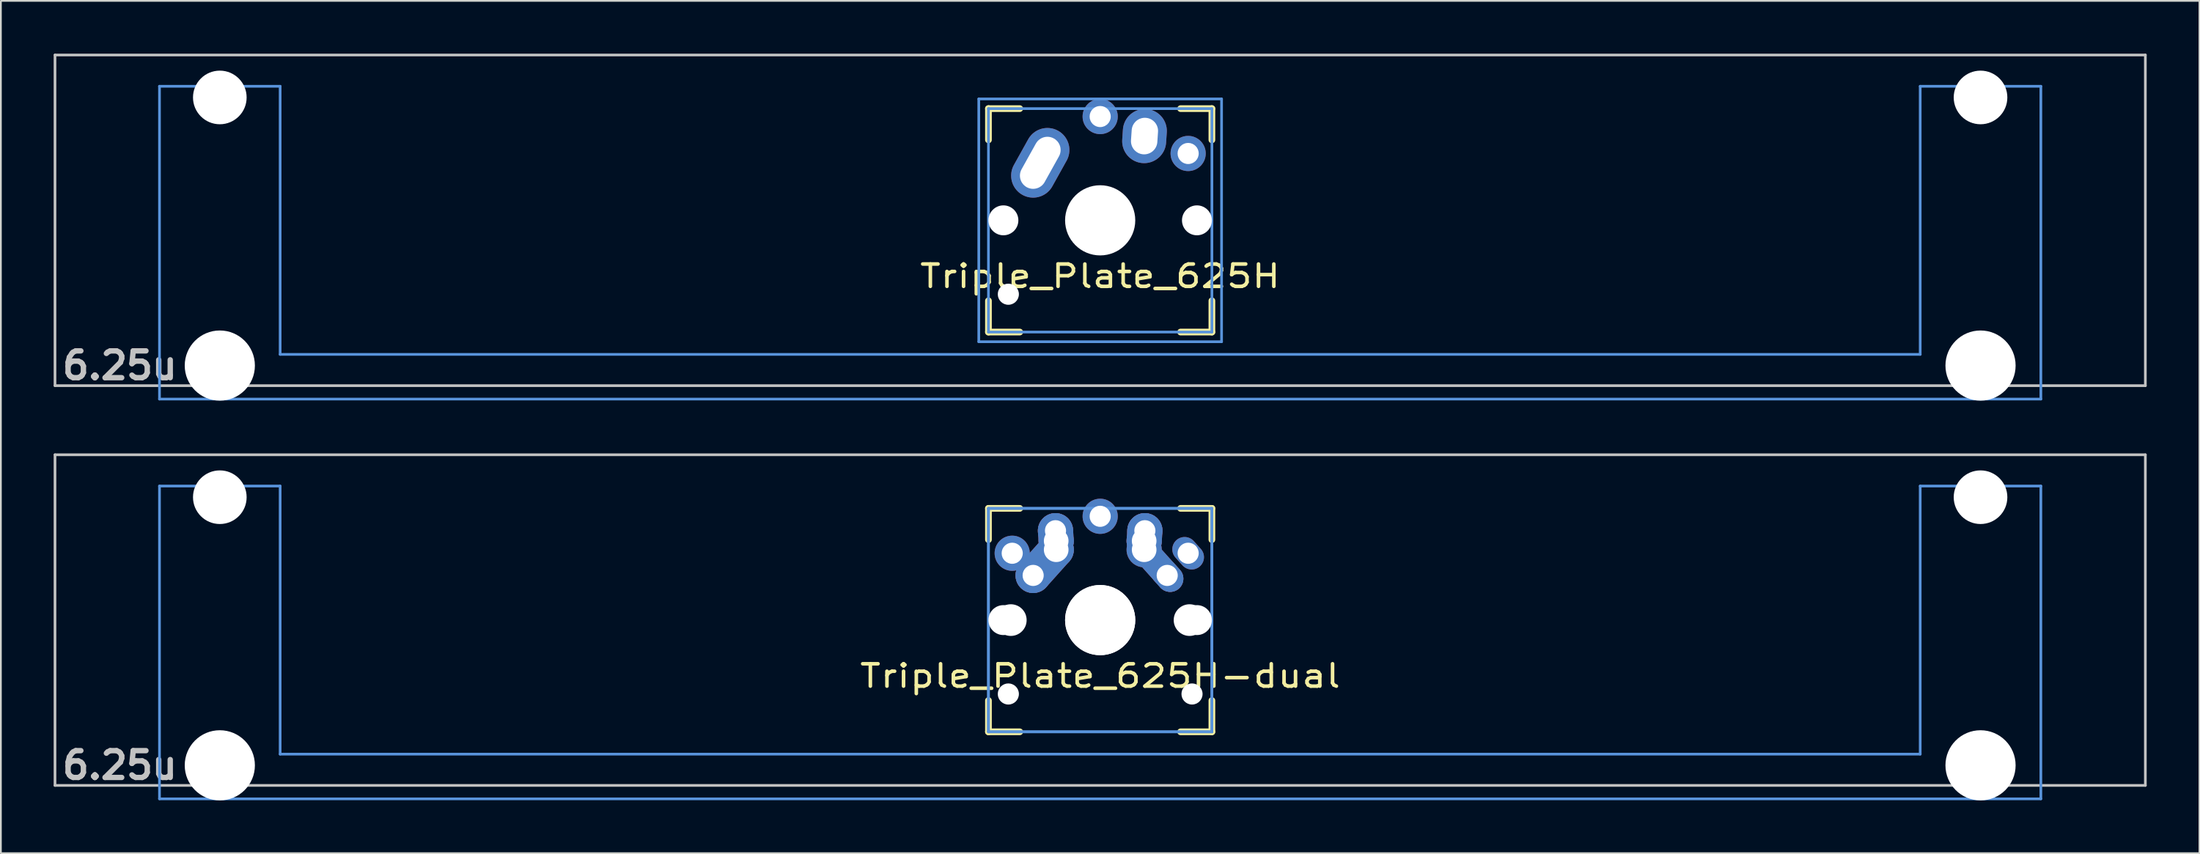
<source format=kicad_pcb>
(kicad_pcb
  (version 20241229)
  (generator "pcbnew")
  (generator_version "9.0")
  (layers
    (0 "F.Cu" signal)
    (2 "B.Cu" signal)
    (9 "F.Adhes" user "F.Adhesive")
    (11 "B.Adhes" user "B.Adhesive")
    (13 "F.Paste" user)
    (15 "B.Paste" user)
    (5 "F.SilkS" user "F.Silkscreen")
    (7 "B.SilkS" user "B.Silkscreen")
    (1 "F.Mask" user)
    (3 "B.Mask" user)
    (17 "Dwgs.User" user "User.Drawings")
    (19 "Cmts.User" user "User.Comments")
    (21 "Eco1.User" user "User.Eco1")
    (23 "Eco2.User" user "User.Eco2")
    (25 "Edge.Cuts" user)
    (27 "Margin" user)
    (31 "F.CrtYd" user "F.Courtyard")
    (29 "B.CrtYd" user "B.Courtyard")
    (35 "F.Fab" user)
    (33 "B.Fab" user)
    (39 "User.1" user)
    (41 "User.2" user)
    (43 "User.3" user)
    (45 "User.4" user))
  (footprint "Triple_Plate_625H"
    (layer "F.Cu")
    (at 59.482 9.474)
    (property "Reference" "Triple_Plate_625H" (at 0 3.175 0) (layer "F.SilkS") (effects (font (size 1.27 1.524) (thickness 0.203))))
    (attr through_hole)
    (fp_line (start -6.35 -6.35) (end -4.572 -6.35) (stroke (width 0.381) (type solid)) (layer "F.SilkS"))
    (fp_line (start -6.35 -4.572) (end -6.35 -6.35) (stroke (width 0.381) (type solid)) (layer "F.SilkS"))
    (fp_line (start -6.35 6.35) (end -6.35 4.572) (stroke (width 0.381) (type solid)) (layer "F.SilkS"))
    (fp_line (start -4.572 6.35) (end -6.35 6.35) (stroke (width 0.381) (type solid)) (layer "F.SilkS"))
    (fp_line (start 4.572 -6.35) (end 6.35 -6.35) (stroke (width 0.381) (type solid)) (layer "F.SilkS"))
    (fp_line (start 6.35 -6.35) (end 6.35 -4.572) (stroke (width 0.381) (type solid)) (layer "F.SilkS"))
    (fp_line (start 6.35 4.572) (end 6.35 6.35) (stroke (width 0.381) (type solid)) (layer "F.SilkS"))
    (fp_line (start 6.35 6.35) (end 4.572 6.35) (stroke (width 0.381) (type solid)) (layer "F.SilkS"))
    (fp_line (start -59.406 -9.398) (end 59.406 -9.398) (stroke (width 0.152) (type solid)) (layer "Dwgs.User"))
    (fp_line (start -59.406 9.398) (end -59.406 -9.398) (stroke (width 0.152) (type solid)) (layer "Dwgs.User"))
    (fp_line (start 59.406 -9.398) (end 59.406 9.398) (stroke (width 0.152) (type solid)) (layer "Dwgs.User"))
    (fp_line (start 59.406 9.398) (end -59.406 9.398) (stroke (width 0.152) (type solid)) (layer "Dwgs.User"))
    (fp_line (start -53.467 -7.62) (end -53.467 10.16) (stroke (width 0.152) (type solid)) (layer "Cmts.User"))
    (fp_line (start -53.467 10.16) (end 53.467 10.16) (stroke (width 0.152) (type solid)) (layer "Cmts.User"))
    (fp_line (start -46.609 -7.62) (end -53.467 -7.62) (stroke (width 0.152) (type solid)) (layer "Cmts.User"))
    (fp_line (start -46.609 7.62) (end -46.609 -7.62) (stroke (width 0.152) (type solid)) (layer "Cmts.User"))
    (fp_line (start -6.9 -6.9) (end 6.9 -6.9) (stroke (width 0.152) (type solid)) (layer "Cmts.User"))
    (fp_line (start -6.9 6.9) (end -6.9 -6.9) (stroke (width 0.152) (type solid)) (layer "Cmts.User"))
    (fp_line (start -6.35 -6.35) (end 6.35 -6.35) (stroke (width 0.152) (type solid)) (layer "Cmts.User"))
    (fp_line (start -6.35 6.35) (end -6.35 -6.35) (stroke (width 0.152) (type solid)) (layer "Cmts.User"))
    (fp_line (start 6.35 -6.35) (end 6.35 6.35) (stroke (width 0.152) (type solid)) (layer "Cmts.User"))
    (fp_line (start 6.35 6.35) (end -6.35 6.35) (stroke (width 0.152) (type solid)) (layer "Cmts.User"))
    (fp_line (start 6.9 -6.9) (end 6.9 6.9) (stroke (width 0.152) (type solid)) (layer "Cmts.User"))
    (fp_line (start 6.9 6.9) (end -6.9 6.9) (stroke (width 0.152) (type solid)) (layer "Cmts.User"))
    (fp_line (start 46.609 -7.62) (end 46.609 7.62) (stroke (width 0.152) (type solid)) (layer "Cmts.User"))
    (fp_line (start 46.609 7.62) (end -46.609 7.62) (stroke (width 0.152) (type solid)) (layer "Cmts.User"))
    (fp_line (start 53.467 -7.62) (end 46.609 -7.62) (stroke (width 0.152) (type solid)) (layer "Cmts.User"))
    (fp_line (start 53.467 10.16) (end 53.467 -7.62) (stroke (width 0.152) (type solid)) (layer "Cmts.User"))
    (fp_line (start -54.229 -2.286) (end -53.365 -2.286) (stroke (width 0.152) (type solid)) (layer "Eco2.User"))
    (fp_line (start -54.229 0.508) (end -54.229 -2.286) (stroke (width 0.152) (type solid)) (layer "Eco2.User"))
    (fp_line (start -53.365 -5.69) (end -46.711 -5.69) (stroke (width 0.152) (type solid)) (layer "Eco2.User"))
    (fp_line (start -53.365 -2.286) (end -53.365 -5.69) (stroke (width 0.152) (type solid)) (layer "Eco2.User"))
    (fp_line (start -53.365 0.508) (end -54.229 0.508) (stroke (width 0.152) (type solid)) (layer "Eco2.User"))
    (fp_line (start -53.365 6.604) (end -53.365 0.508) (stroke (width 0.152) (type solid)) (layer "Eco2.User"))
    (fp_line (start -52.324 6.604) (end -53.365 6.604) (stroke (width 0.152) (type solid)) (layer "Eco2.User"))
    (fp_line (start -52.324 7.772) (end -52.324 6.604) (stroke (width 0.152) (type solid)) (layer "Eco2.User"))
    (fp_line (start -47.752 6.604) (end -47.752 7.772) (stroke (width 0.152) (type solid)) (layer "Eco2.User"))
    (fp_line (start -47.752 7.772) (end -52.324 7.772) (stroke (width 0.152) (type solid)) (layer "Eco2.User"))
    (fp_line (start -46.711 -5.69) (end -46.711 -2.286) (stroke (width 0.152) (type solid)) (layer "Eco2.User"))
    (fp_line (start -46.711 -2.286) (end -6.985 -2.286) (stroke (width 0.152) (type solid)) (layer "Eco2.User"))
    (fp_line (start -46.711 2.286) (end -46.711 6.604) (stroke (width 0.152) (type solid)) (layer "Eco2.User"))
    (fp_line (start -46.711 6.604) (end -47.752 6.604) (stroke (width 0.152) (type solid)) (layer "Eco2.User"))
    (fp_line (start -7.5 -7.5) (end 7.5 -7.5) (stroke (width 0.152) (type solid)) (layer "Eco2.User"))
    (fp_line (start -7.5 7.5) (end -7.5 -7.5) (stroke (width 0.152) (type solid)) (layer "Eco2.User"))
    (fp_line (start -6.985 -6.985) (end 6.985 -6.985) (stroke (width 0.152) (type solid)) (layer "Eco2.User"))
    (fp_line (start -6.985 -2.286) (end -6.985 -6.985) (stroke (width 0.152) (type solid)) (layer "Eco2.User"))
    (fp_line (start -6.985 2.286) (end -46.711 2.286) (stroke (width 0.152) (type solid)) (layer "Eco2.User"))
    (fp_line (start -6.985 6.985) (end -6.985 2.286) (stroke (width 0.152) (type solid)) (layer "Eco2.User"))
    (fp_line (start 6.985 -6.985) (end 6.985 -2.286) (stroke (width 0.152) (type solid)) (layer "Eco2.User"))
    (fp_line (start 6.985 -2.286) (end 46.711 -2.286) (stroke (width 0.152) (type solid)) (layer "Eco2.User"))
    (fp_line (start 6.985 2.286) (end 6.985 6.985) (stroke (width 0.152) (type solid)) (layer "Eco2.User"))
    (fp_line (start 6.985 6.985) (end -6.985 6.985) (stroke (width 0.152) (type solid)) (layer "Eco2.User"))
    (fp_line (start 7.5 -7.5) (end 7.5 7.5) (stroke (width 0.152) (type solid)) (layer "Eco2.User"))
    (fp_line (start 7.5 7.5) (end -7.5 7.5) (stroke (width 0.152) (type solid)) (layer "Eco2.User"))
    (fp_line (start 46.711 -5.69) (end 53.365 -5.69) (stroke (width 0.152) (type solid)) (layer "Eco2.User"))
    (fp_line (start 46.711 -2.286) (end 46.711 -5.69) (stroke (width 0.152) (type solid)) (layer "Eco2.User"))
    (fp_line (start 46.711 2.286) (end 6.985 2.286) (stroke (width 0.152) (type solid)) (layer "Eco2.User"))
    (fp_line (start 46.711 6.604) (end 46.711 2.286) (stroke (width 0.152) (type solid)) (layer "Eco2.User"))
    (fp_line (start 47.752 6.604) (end 46.711 6.604) (stroke (width 0.152) (type solid)) (layer "Eco2.User"))
    (fp_line (start 47.752 7.772) (end 47.752 6.604) (stroke (width 0.152) (type solid)) (layer "Eco2.User"))
    (fp_line (start 52.324 6.604) (end 52.324 7.772) (stroke (width 0.152) (type solid)) (layer "Eco2.User"))
    (fp_line (start 52.324 7.772) (end 47.752 7.772) (stroke (width 0.152) (type solid)) (layer "Eco2.User"))
    (fp_line (start 53.365 -5.69) (end 53.365 -2.286) (stroke (width 0.152) (type solid)) (layer "Eco2.User"))
    (fp_line (start 53.365 -2.286) (end 54.229 -2.286) (stroke (width 0.152) (type solid)) (layer "Eco2.User"))
    (fp_line (start 53.365 0.508) (end 53.365 6.604) (stroke (width 0.152) (type solid)) (layer "Eco2.User"))
    (fp_line (start 53.365 6.604) (end 52.324 6.604) (stroke (width 0.152) (type solid)) (layer "Eco2.User"))
    (fp_line (start 54.229 -2.286) (end 54.229 0.508) (stroke (width 0.152) (type solid)) (layer "Eco2.User"))
    (fp_line (start 54.229 0.508) (end 53.365 0.508) (stroke (width 0.152) (type solid)) (layer "Eco2.User"))
    (fp_text user "6.25u" (at -55.723 8.255 0) (layer "Dwgs.User") (effects (font (size 1.524 1.524) (thickness 0.305))))
    (pad "" np_thru_hole circle (at -50.038 -6.985) (size 3.048 3.048) (drill 3.048) (layers "*.Cu"))
    (pad "" np_thru_hole circle (at -50.038 8.255) (size 3.988 3.988) (drill 3.988) (layers "*.Cu"))
    (pad "" np_thru_hole circle (at -5.5 0) (size 1.7 1.7) (drill 1.7) (layers "*.Cu"))
    (pad "" np_thru_hole circle (at -5.22 4.2) (size 1.2 1.2) (drill 1.2) (layers "*.Cu"))
    (pad "" np_thru_hole circle (at 0 0) (size 3.4 3.4) (drill 3.4) (layers "*.Cu"))
    (pad "" np_thru_hole circle (at 0 0) (size 3.988 3.988) (drill 3.988) (layers "*.Cu"))
    (pad "" np_thru_hole circle (at 5.5 0) (size 1.7 1.7) (drill 1.7) (layers "*.Cu"))
    (pad "" np_thru_hole circle (at 50.038 -6.985) (size 3.048 3.048) (drill 3.048) (layers "*.Cu"))
    (pad "" np_thru_hole circle (at 50.038 8.255) (size 3.988 3.988) (drill 3.988) (layers "*.Cu"))
    (pad "1" thru_hole oval (at -3.405 -3.27 330.9) (size 2.5 4.17) (drill oval 1.5 3.17) (layers "*.Cu" "*.Mask"))
    (pad "1" thru_hole circle (at 0 -5.9) (size 2 2) (drill 1.2) (layers "*.Cu" "*.Mask"))
    (pad "2" thru_hole oval (at 2.52 -4.79 356.1) (size 2.5 3.08) (drill oval 1.5 2.08) (layers "*.Cu" "*.Mask"))
    (pad "2" thru_hole circle (at 5 -3.8 221.9) (size 2 2) (drill 1.2) (layers "*.Cu" "*.Mask")))
  (footprint "Triple_Plate_625H-dual"
    (layer "F.Cu")
    (at 59.482 32.197)
    (property "Reference" "Triple_Plate_625H-dual" (at 0 3.175 0) (layer "F.SilkS") (effects (font (size 1.27 1.524) (thickness 0.203))))
    (attr through_hole)
    (fp_line (start -6.35 -6.35) (end -4.572 -6.35) (stroke (width 0.381) (type solid)) (layer "F.SilkS"))
    (fp_line (start -6.35 -4.572) (end -6.35 -6.35) (stroke (width 0.381) (type solid)) (layer "F.SilkS"))
    (fp_line (start -6.35 6.35) (end -6.35 4.572) (stroke (width 0.381) (type solid)) (layer "F.SilkS"))
    (fp_line (start -4.572 6.35) (end -6.35 6.35) (stroke (width 0.381) (type solid)) (layer "F.SilkS"))
    (fp_line (start 4.572 -6.35) (end 6.35 -6.35) (stroke (width 0.381) (type solid)) (layer "F.SilkS"))
    (fp_line (start 6.35 -6.35) (end 6.35 -4.572) (stroke (width 0.381) (type solid)) (layer "F.SilkS"))
    (fp_line (start 6.35 4.572) (end 6.35 6.35) (stroke (width 0.381) (type solid)) (layer "F.SilkS"))
    (fp_line (start 6.35 6.35) (end 4.572 6.35) (stroke (width 0.381) (type solid)) (layer "F.SilkS"))
    (fp_line (start -59.406 -9.398) (end 59.406 -9.398) (stroke (width 0.152) (type solid)) (layer "Dwgs.User"))
    (fp_line (start -59.406 9.398) (end -59.406 -9.398) (stroke (width 0.152) (type solid)) (layer "Dwgs.User"))
    (fp_line (start 59.406 -9.398) (end 59.406 9.398) (stroke (width 0.152) (type solid)) (layer "Dwgs.User"))
    (fp_line (start 59.406 9.398) (end -59.406 9.398) (stroke (width 0.152) (type solid)) (layer "Dwgs.User"))
    (fp_line (start -53.467 -7.62) (end -53.467 10.16) (stroke (width 0.152) (type solid)) (layer "Cmts.User"))
    (fp_line (start -53.467 10.16) (end 53.467 10.16) (stroke (width 0.152) (type solid)) (layer "Cmts.User"))
    (fp_line (start -46.609 -7.62) (end -53.467 -7.62) (stroke (width 0.152) (type solid)) (layer "Cmts.User"))
    (fp_line (start -46.609 7.62) (end -46.609 -7.62) (stroke (width 0.152) (type solid)) (layer "Cmts.User"))
    (fp_line (start -6.35 -6.35) (end 6.35 -6.35) (stroke (width 0.152) (type solid)) (layer "Cmts.User"))
    (fp_line (start -6.35 -6.35) (end 6.35 -6.35) (stroke (width 0.152) (type solid)) (layer "Cmts.User"))
    (fp_line (start -6.35 6.35) (end -6.35 -6.35) (stroke (width 0.152) (type solid)) (layer "Cmts.User"))
    (fp_line (start -6.35 6.35) (end -6.35 -6.35) (stroke (width 0.152) (type solid)) (layer "Cmts.User"))
    (fp_line (start 6.35 -6.35) (end 6.35 6.35) (stroke (width 0.152) (type solid)) (layer "Cmts.User"))
    (fp_line (start 6.35 -6.35) (end 6.35 6.35) (stroke (width 0.152) (type solid)) (layer "Cmts.User"))
    (fp_line (start 6.35 6.35) (end -6.35 6.35) (stroke (width 0.152) (type solid)) (layer "Cmts.User"))
    (fp_line (start 6.35 6.35) (end -6.35 6.35) (stroke (width 0.152) (type solid)) (layer "Cmts.User"))
    (fp_line (start 46.609 -7.62) (end 46.609 7.62) (stroke (width 0.152) (type solid)) (layer "Cmts.User"))
    (fp_line (start 46.609 7.62) (end -46.609 7.62) (stroke (width 0.152) (type solid)) (layer "Cmts.User"))
    (fp_line (start 53.467 -7.62) (end 46.609 -7.62) (stroke (width 0.152) (type solid)) (layer "Cmts.User"))
    (fp_line (start 53.467 10.16) (end 53.467 -7.62) (stroke (width 0.152) (type solid)) (layer "Cmts.User"))
    (fp_line (start -54.229 -2.286) (end -53.365 -2.286) (stroke (width 0.152) (type solid)) (layer "Eco2.User"))
    (fp_line (start -54.229 0.508) (end -54.229 -2.286) (stroke (width 0.152) (type solid)) (layer "Eco2.User"))
    (fp_line (start -53.365 -5.69) (end -46.711 -5.69) (stroke (width 0.152) (type solid)) (layer "Eco2.User"))
    (fp_line (start -53.365 -2.286) (end -53.365 -5.69) (stroke (width 0.152) (type solid)) (layer "Eco2.User"))
    (fp_line (start -53.365 0.508) (end -54.229 0.508) (stroke (width 0.152) (type solid)) (layer "Eco2.User"))
    (fp_line (start -53.365 6.604) (end -53.365 0.508) (stroke (width 0.152) (type solid)) (layer "Eco2.User"))
    (fp_line (start -52.324 6.604) (end -53.365 6.604) (stroke (width 0.152) (type solid)) (layer "Eco2.User"))
    (fp_line (start -52.324 7.772) (end -52.324 6.604) (stroke (width 0.152) (type solid)) (layer "Eco2.User"))
    (fp_line (start -47.752 6.604) (end -47.752 7.772) (stroke (width 0.152) (type solid)) (layer "Eco2.User"))
    (fp_line (start -47.752 7.772) (end -52.324 7.772) (stroke (width 0.152) (type solid)) (layer "Eco2.User"))
    (fp_line (start -46.711 -5.69) (end -46.711 -2.286) (stroke (width 0.152) (type solid)) (layer "Eco2.User"))
    (fp_line (start -46.711 -2.286) (end -6.985 -2.286) (stroke (width 0.152) (type solid)) (layer "Eco2.User"))
    (fp_line (start -46.711 2.286) (end -46.711 6.604) (stroke (width 0.152) (type solid)) (layer "Eco2.User"))
    (fp_line (start -46.711 6.604) (end -47.752 6.604) (stroke (width 0.152) (type solid)) (layer "Eco2.User"))
    (fp_line (start -7.5 -7.5) (end 7.5 -7.5) (stroke (width 0.152) (type solid)) (layer "Eco2.User"))
    (fp_line (start -7.5 7.5) (end -7.5 -7.5) (stroke (width 0.152) (type solid)) (layer "Eco2.User"))
    (fp_line (start -6.985 -6.985) (end 6.985 -6.985) (stroke (width 0.152) (type solid)) (layer "Eco2.User"))
    (fp_line (start -6.985 -6.985) (end 6.985 -6.985) (stroke (width 0.152) (type solid)) (layer "Eco2.User"))
    (fp_line (start -6.985 -2.286) (end -6.985 -6.985) (stroke (width 0.152) (type solid)) (layer "Eco2.User"))
    (fp_line (start -6.985 2.286) (end -46.711 2.286) (stroke (width 0.152) (type solid)) (layer "Eco2.User"))
    (fp_line (start -6.985 6.985) (end -6.985 -6.985) (stroke (width 0.152) (type solid)) (layer "Eco2.User"))
    (fp_line (start -6.985 6.985) (end -6.985 2.286) (stroke (width 0.152) (type solid)) (layer "Eco2.User"))
    (fp_line (start 6.985 -6.985) (end 6.985 -2.286) (stroke (width 0.152) (type solid)) (layer "Eco2.User"))
    (fp_line (start 6.985 -6.985) (end 6.985 6.985) (stroke (width 0.152) (type solid)) (layer "Eco2.User"))
    (fp_line (start 6.985 -2.286) (end 46.711 -2.286) (stroke (width 0.152) (type solid)) (layer "Eco2.User"))
    (fp_line (start 6.985 2.286) (end 6.985 6.985) (stroke (width 0.152) (type solid)) (layer "Eco2.User"))
    (fp_line (start 6.985 6.985) (end -6.985 6.985) (stroke (width 0.152) (type solid)) (layer "Eco2.User"))
    (fp_line (start 6.985 6.985) (end -6.985 6.985) (stroke (width 0.152) (type solid)) (layer "Eco2.User"))
    (fp_line (start 7.5 -7.5) (end 7.5 7.5) (stroke (width 0.152) (type solid)) (layer "Eco2.User"))
    (fp_line (start 7.5 7.5) (end -7.5 7.5) (stroke (width 0.152) (type solid)) (layer "Eco2.User"))
    (fp_line (start 46.711 -5.69) (end 53.365 -5.69) (stroke (width 0.152) (type solid)) (layer "Eco2.User"))
    (fp_line (start 46.711 -2.286) (end 46.711 -5.69) (stroke (width 0.152) (type solid)) (layer "Eco2.User"))
    (fp_line (start 46.711 2.286) (end 6.985 2.286) (stroke (width 0.152) (type solid)) (layer "Eco2.User"))
    (fp_line (start 46.711 6.604) (end 46.711 2.286) (stroke (width 0.152) (type solid)) (layer "Eco2.User"))
    (fp_line (start 47.752 6.604) (end 46.711 6.604) (stroke (width 0.152) (type solid)) (layer "Eco2.User"))
    (fp_line (start 47.752 7.772) (end 47.752 6.604) (stroke (width 0.152) (type solid)) (layer "Eco2.User"))
    (fp_line (start 52.324 6.604) (end 52.324 7.772) (stroke (width 0.152) (type solid)) (layer "Eco2.User"))
    (fp_line (start 52.324 7.772) (end 47.752 7.772) (stroke (width 0.152) (type solid)) (layer "Eco2.User"))
    (fp_line (start 53.365 -5.69) (end 53.365 -2.286) (stroke (width 0.152) (type solid)) (layer "Eco2.User"))
    (fp_line (start 53.365 -2.286) (end 54.229 -2.286) (stroke (width 0.152) (type solid)) (layer "Eco2.User"))
    (fp_line (start 53.365 0.508) (end 53.365 6.604) (stroke (width 0.152) (type solid)) (layer "Eco2.User"))
    (fp_line (start 53.365 6.604) (end 52.324 6.604) (stroke (width 0.152) (type solid)) (layer "Eco2.User"))
    (fp_line (start 54.229 -2.286) (end 54.229 0.508) (stroke (width 0.152) (type solid)) (layer "Eco2.User"))
    (fp_line (start 54.229 0.508) (end 53.365 0.508) (stroke (width 0.152) (type solid)) (layer "Eco2.User"))
    (fp_text user "6.25u" (at -55.723 8.255 0) (layer "Dwgs.User") (effects (font (size 1.524 1.524) (thickness 0.305))))
    (pad "" np_thru_hole circle (at -50.038 -6.985) (size 3.048 3.048) (drill 3.048) (layers "*.Cu"))
    (pad "" np_thru_hole circle (at -50.038 8.255) (size 3.988 3.988) (drill 3.988) (layers "*.Cu"))
    (pad "" np_thru_hole circle (at -5.5 0) (size 1.7 1.7) (drill 1.7) (layers "*.Cu"))
    (pad "" np_thru_hole circle (at -5.22 4.2) (size 1.2 1.2) (drill 1.2) (layers "*.Cu"))
    (pad "" np_thru_hole circle (at -5.08 0) (size 1.8 1.8) (drill 1.8) (layers "*.Cu"))
    (pad "" np_thru_hole circle (at 0 0) (size 3.988 3.988) (drill 3.988) (layers "*.Cu"))
    (pad "" np_thru_hole circle (at 0 0) (size 3.988 3.988) (drill 3.988) (layers "*.Cu"))
    (pad "" np_thru_hole circle (at 5.08 0) (size 1.8 1.8) (drill 1.8) (layers "*.Cu"))
    (pad "" np_thru_hole circle (at 5.22 4.2) (size 1.2 1.2) (drill 1.2) (layers "*.Cu"))
    (pad "" np_thru_hole circle (at 5.5 0) (size 1.7 1.7) (drill 1.7) (layers "*.Cu"))
    (pad "" np_thru_hole circle (at 50.038 -6.985) (size 3.048 3.048) (drill 3.048) (layers "*.Cu"))
    (pad "" np_thru_hole circle (at 50.038 8.255) (size 3.988 3.988) (drill 3.988) (layers "*.Cu"))
    (pad "1" thru_hole circle (at -5 -3.8 138.1) (size 2 2) (drill 1.2) (layers "*.Cu" "*.Mask"))
    (pad "1" thru_hole circle (at -3.81 -2.54) (size 2 2) (drill oval 1.2) (layers "*.Cu" "*.Mask"))
    (pad "1" smd oval (at -3.155 -3.27 138.1) (size 2 3.962) (layers "F.Cu" "F.Mask" "F.Paste"))
    (pad "1" smd oval (at -3.155 -3.27 138.1) (size 2 3.962) (layers "B.Cu" "B.Mask" "B.Paste"))
    (pad "1" thru_hole circle (at -2.54 -5.08 330.95) (size 2 2) (drill 1.2) (layers "*.Cu" "*.Mask"))
    (pad "1" smd oval (at -2.52 -4.79 3.945) (size 2 2.581) (layers "F.Cu" "F.Mask" "F.Paste"))
    (pad "1" smd oval (at -2.52 -4.79 3.945) (size 2 2.581) (layers "B.Cu" "B.Mask" "B.Paste"))
    (pad "1" thru_hole circle (at -2.5 -4.5 330.95) (size 2 2) (drill 1.4) (layers "*.Cu" "*.Mask"))
    (pad "1" thru_hole circle (at -2.5 -4 330.95) (size 2 2) (drill 1.4) (layers "*.Cu" "*.Mask"))
    (pad "1" thru_hole oval (at 5 -3.8 221.9) (size 1.4 2) (drill 1.2) (layers "*.Cu" "*.Mask"))
    (pad "2" thru_hole circle (at 0 -5.9) (size 2 2) (drill 1.2) (layers "*.Cu" "*.Mask"))
    (pad "2" thru_hole circle (at 2.5 -4.5 330.95) (size 2 2) (drill 1.4) (layers "*.Cu" "*.Mask"))
    (pad "2" thru_hole circle (at 2.5 -4) (size 2 2) (drill 1.4) (layers "*.Cu" "*.Mask"))
    (pad "2" smd oval (at 2.52 -4.79 356.055) (size 2 2.581) (layers "F.Cu" "F.Mask" "F.Paste"))
    (pad "2" smd oval (at 2.52 -4.79 356.055) (size 2 2.581) (layers "B.Cu" "B.Mask" "B.Paste"))
    (pad "2" thru_hole circle (at 2.54 -5.08 330.95) (size 2 2) (drill 1.2) (layers "*.Cu" "*.Mask"))
    (pad "2" smd oval (at 3.155 -3.27 221.9) (size 1.5 3.962) (layers "F.Cu" "F.Mask" "F.Paste"))
    (pad "2" smd oval (at 3.155 -3.27 221.9) (size 1.5 3.962) (layers "B.Cu" "B.Mask" "B.Paste"))
    (pad "2" thru_hole oval (at 3.81 -2.54 311.9) (size 2 1.5) (drill 1.2) (layers "*.Cu" "*.Mask")))
  (gr_rect
    (start -3 -3)
    (end 121.963 45.446)
    (stroke (width 0.1) (type default))
    (fill no)
    (layer "Edge.Cuts")))
</source>
